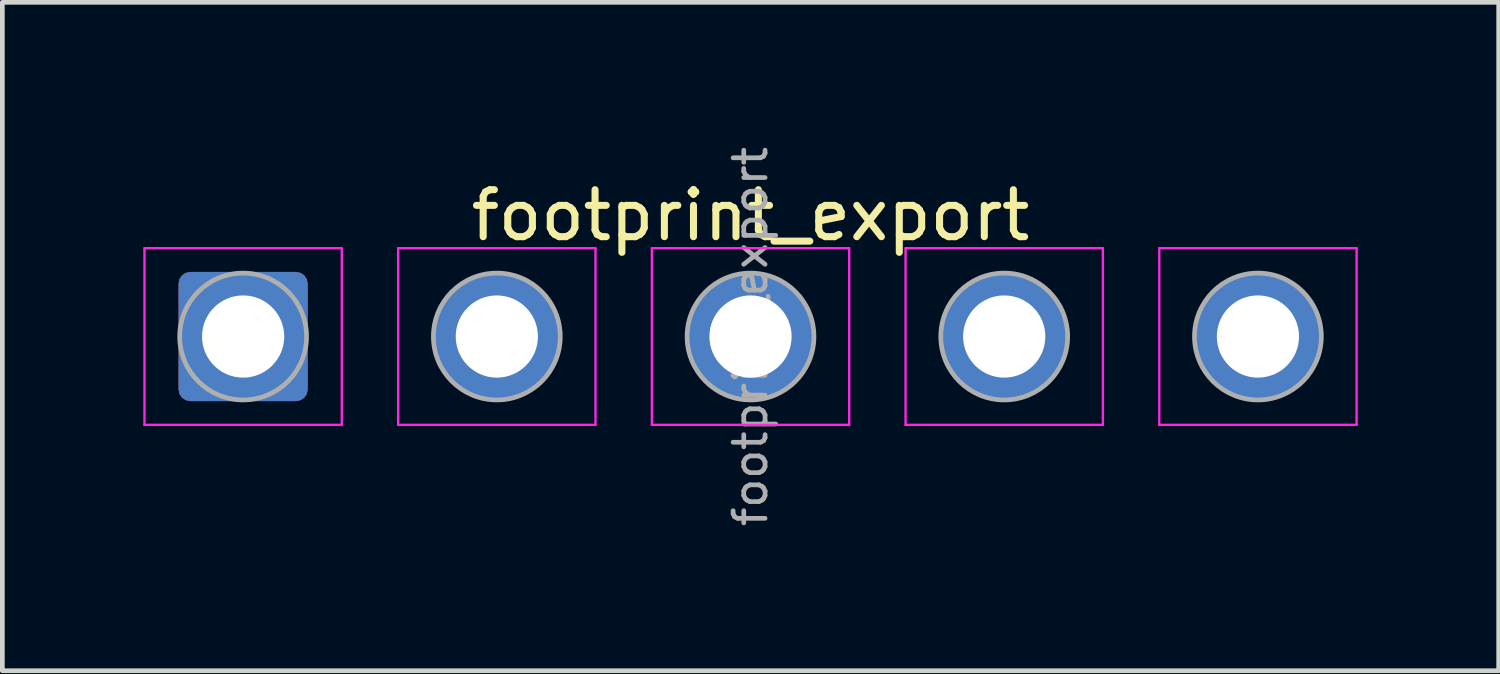
<source format=kicad_pcb>
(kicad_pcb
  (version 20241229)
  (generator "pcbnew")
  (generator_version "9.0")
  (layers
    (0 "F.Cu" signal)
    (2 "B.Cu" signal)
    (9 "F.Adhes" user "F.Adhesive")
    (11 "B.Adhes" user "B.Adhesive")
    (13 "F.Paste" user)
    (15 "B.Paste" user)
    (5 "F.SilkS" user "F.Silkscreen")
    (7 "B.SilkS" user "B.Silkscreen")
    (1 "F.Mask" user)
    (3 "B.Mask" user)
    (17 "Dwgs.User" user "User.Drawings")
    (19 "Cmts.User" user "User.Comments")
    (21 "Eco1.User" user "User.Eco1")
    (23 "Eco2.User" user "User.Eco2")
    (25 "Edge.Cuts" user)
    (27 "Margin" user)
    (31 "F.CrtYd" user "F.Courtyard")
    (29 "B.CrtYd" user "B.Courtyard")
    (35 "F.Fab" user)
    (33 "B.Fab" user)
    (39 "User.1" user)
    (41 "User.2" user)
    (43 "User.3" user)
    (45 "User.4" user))
  (footprint "footprint_export"
    (layer "F.Cu")
    (at 2.125 4.113)
    (property "Reference" "footprint_export" (at 10.8 -2.58 0) (layer "F.SilkS") (effects (font (size 1 1) (thickness 0.15))))
    (attr exclude_from_pos_files exclude_from_bom)
    (fp_line (start -2.1 -1.88) (end -2.1 1.88) (stroke (width 0.05) (type solid)) (layer "F.CrtYd"))
    (fp_line (start -2.1 1.88) (end 2.1 1.88) (stroke (width 0.05) (type solid)) (layer "F.CrtYd"))
    (fp_line (start 2.1 -1.88) (end -2.1 -1.88) (stroke (width 0.05) (type solid)) (layer "F.CrtYd"))
    (fp_line (start 2.1 1.88) (end 2.1 -1.88) (stroke (width 0.05) (type solid)) (layer "F.CrtYd"))
    (fp_line (start 3.3 -1.88) (end 3.3 1.88) (stroke (width 0.05) (type solid)) (layer "F.CrtYd"))
    (fp_line (start 3.3 1.88) (end 7.5 1.88) (stroke (width 0.05) (type solid)) (layer "F.CrtYd"))
    (fp_line (start 7.5 -1.88) (end 3.3 -1.88) (stroke (width 0.05) (type solid)) (layer "F.CrtYd"))
    (fp_line (start 7.5 1.88) (end 7.5 -1.88) (stroke (width 0.05) (type solid)) (layer "F.CrtYd"))
    (fp_line (start 8.7 -1.88) (end 8.7 1.88) (stroke (width 0.05) (type solid)) (layer "F.CrtYd"))
    (fp_line (start 8.7 1.88) (end 12.9 1.88) (stroke (width 0.05) (type solid)) (layer "F.CrtYd"))
    (fp_line (start 12.9 -1.88) (end 8.7 -1.88) (stroke (width 0.05) (type solid)) (layer "F.CrtYd"))
    (fp_line (start 12.9 1.88) (end 12.9 -1.88) (stroke (width 0.05) (type solid)) (layer "F.CrtYd"))
    (fp_line (start 14.1 -1.88) (end 14.1 1.88) (stroke (width 0.05) (type solid)) (layer "F.CrtYd"))
    (fp_line (start 14.1 1.88) (end 18.3 1.88) (stroke (width 0.05) (type solid)) (layer "F.CrtYd"))
    (fp_line (start 18.3 -1.88) (end 14.1 -1.88) (stroke (width 0.05) (type solid)) (layer "F.CrtYd"))
    (fp_line (start 18.3 1.88) (end 18.3 -1.88) (stroke (width 0.05) (type solid)) (layer "F.CrtYd"))
    (fp_line (start 19.5 -1.88) (end 19.5 1.88) (stroke (width 0.05) (type solid)) (layer "F.CrtYd"))
    (fp_line (start 19.5 1.88) (end 23.7 1.88) (stroke (width 0.05) (type solid)) (layer "F.CrtYd"))
    (fp_line (start 23.7 -1.88) (end 19.5 -1.88) (stroke (width 0.05) (type solid)) (layer "F.CrtYd"))
    (fp_line (start 23.7 1.88) (end 23.7 -1.88) (stroke (width 0.05) (type solid)) (layer "F.CrtYd"))
    (fp_circle (center 0 0) (end 1.35 0) (stroke (width 0.1) (type solid)) (fill no) (layer "F.Fab"))
    (fp_circle (center 5.4 0) (end 6.75 0) (stroke (width 0.1) (type solid)) (fill no) (layer "F.Fab"))
    (fp_circle (center 10.8 0) (end 12.15 0) (stroke (width 0.1) (type solid)) (fill no) (layer "F.Fab"))
    (fp_circle (center 16.2 0) (end 17.55 0) (stroke (width 0.1) (type solid)) (fill no) (layer "F.Fab"))
    (fp_circle (center 21.6 0) (end 22.95 0) (stroke (width 0.1) (type solid)) (fill no) (layer "F.Fab"))
    (fp_text user "${REFERENCE}" (at 10.8 0 90) (layer "F.Fab") (effects (font (size 0.68 0.68) (thickness 0.1))))
    (pad "1" thru_hole roundrect (at 0 0) (size 2.75 2.75) (drill 1.75) (layers "*.Cu" "*.Mask") (roundrect_rratio 0.091))
    (pad "2" thru_hole circle (at 5.4 0) (size 2.75 2.75) (drill 1.75) (layers "*.Cu" "*.Mask"))
    (pad "3" thru_hole circle (at 10.8 0) (size 2.75 2.75) (drill 1.75) (layers "*.Cu" "*.Mask"))
    (pad "4" thru_hole circle (at 16.2 0) (size 2.75 2.75) (drill 1.75) (layers "*.Cu" "*.Mask"))
    (pad "5" thru_hole circle (at 21.6 0) (size 2.75 2.75) (drill 1.75) (layers "*.Cu" "*.Mask")))
  (gr_rect
    (start -3 -3)
    (end 28.85 11.227)
    (stroke (width 0.1) (type default))
    (fill no)
    (layer "Edge.Cuts")))
</source>
